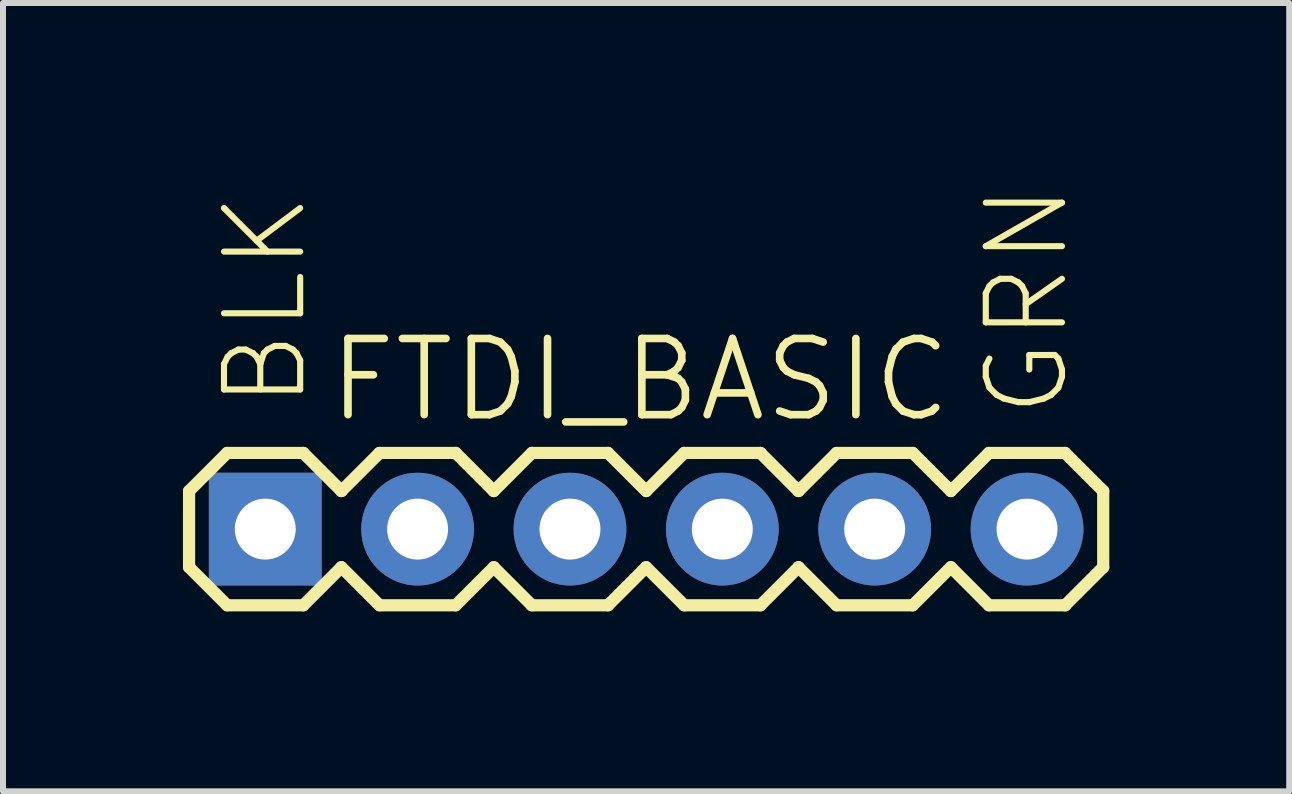
<source format=kicad_pcb>
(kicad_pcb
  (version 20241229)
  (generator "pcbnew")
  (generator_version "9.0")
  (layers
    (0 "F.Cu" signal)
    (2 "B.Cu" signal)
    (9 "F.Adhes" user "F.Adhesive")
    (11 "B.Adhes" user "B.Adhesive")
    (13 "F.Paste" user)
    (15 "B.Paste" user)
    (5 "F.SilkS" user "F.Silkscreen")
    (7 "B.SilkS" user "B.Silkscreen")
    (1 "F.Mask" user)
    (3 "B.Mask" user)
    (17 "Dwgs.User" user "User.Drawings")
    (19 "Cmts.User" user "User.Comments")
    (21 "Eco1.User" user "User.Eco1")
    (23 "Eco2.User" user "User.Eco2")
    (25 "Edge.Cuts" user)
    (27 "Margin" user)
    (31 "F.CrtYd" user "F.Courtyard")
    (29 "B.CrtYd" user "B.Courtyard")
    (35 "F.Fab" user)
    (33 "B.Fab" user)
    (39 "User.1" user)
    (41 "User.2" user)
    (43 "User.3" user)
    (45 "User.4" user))
  (footprint "FTDI_BASIC"
    (layer "F.Cu")
    (at 1.372 5.771)
    (property "Reference" "FTDI_BASIC" (at 6.248 -2.489 0) (layer "F.SilkS") (effects (font (size 1.27 1.27) (thickness 0.127))))
    (attr exclude_from_pos_files exclude_from_bom)
    (fp_line (start -1.27 -0.635) (end -1.27 0.635) (stroke (width 0.203) (type solid)) (layer "F.SilkS"))
    (fp_line (start -1.27 0.635) (end -0.635 1.27) (stroke (width 0.203) (type solid)) (layer "F.SilkS"))
    (fp_line (start -0.635 -1.27) (end -1.27 -0.635) (stroke (width 0.203) (type solid)) (layer "F.SilkS"))
    (fp_line (start -0.635 1.27) (end 0.635 1.27) (stroke (width 0.203) (type solid)) (layer "F.SilkS"))
    (fp_line (start -0.254 -0.254) (end 0.254 -0.254) (stroke (width 0.066) (type solid)) (layer "F.SilkS"))
    (fp_line (start -0.254 0.254) (end -0.254 -0.254) (stroke (width 0.066) (type solid)) (layer "F.SilkS"))
    (fp_line (start -0.254 0.254) (end 0.254 0.254) (stroke (width 0.066) (type solid)) (layer "F.SilkS"))
    (fp_line (start 0.254 0.254) (end 0.254 -0.254) (stroke (width 0.066) (type solid)) (layer "F.SilkS"))
    (fp_line (start 0.635 -1.27) (end -0.635 -1.27) (stroke (width 0.203) (type solid)) (layer "F.SilkS"))
    (fp_line (start 0.635 1.27) (end 1.27 0.635) (stroke (width 0.203) (type solid)) (layer "F.SilkS"))
    (fp_line (start 1.27 -0.635) (end 0.635 -1.27) (stroke (width 0.203) (type solid)) (layer "F.SilkS"))
    (fp_line (start 1.27 0.635) (end 1.905 1.27) (stroke (width 0.203) (type solid)) (layer "F.SilkS"))
    (fp_line (start 1.905 -1.27) (end 1.27 -0.635) (stroke (width 0.203) (type solid)) (layer "F.SilkS"))
    (fp_line (start 1.905 1.27) (end 3.175 1.27) (stroke (width 0.203) (type solid)) (layer "F.SilkS"))
    (fp_line (start 2.286 -0.254) (end 2.794 -0.254) (stroke (width 0.066) (type solid)) (layer "F.SilkS"))
    (fp_line (start 2.286 0.254) (end 2.286 -0.254) (stroke (width 0.066) (type solid)) (layer "F.SilkS"))
    (fp_line (start 2.286 0.254) (end 2.794 0.254) (stroke (width 0.066) (type solid)) (layer "F.SilkS"))
    (fp_line (start 2.794 0.254) (end 2.794 -0.254) (stroke (width 0.066) (type solid)) (layer "F.SilkS"))
    (fp_line (start 3.175 -1.27) (end 1.905 -1.27) (stroke (width 0.203) (type solid)) (layer "F.SilkS"))
    (fp_line (start 3.175 1.27) (end 3.81 0.635) (stroke (width 0.203) (type solid)) (layer "F.SilkS"))
    (fp_line (start 3.81 -0.635) (end 3.175 -1.27) (stroke (width 0.203) (type solid)) (layer "F.SilkS"))
    (fp_line (start 3.81 0.635) (end 4.445 1.27) (stroke (width 0.203) (type solid)) (layer "F.SilkS"))
    (fp_line (start 4.445 -1.27) (end 3.81 -0.635) (stroke (width 0.203) (type solid)) (layer "F.SilkS"))
    (fp_line (start 4.445 1.27) (end 5.715 1.27) (stroke (width 0.203) (type solid)) (layer "F.SilkS"))
    (fp_line (start 4.826 -0.254) (end 5.334 -0.254) (stroke (width 0.066) (type solid)) (layer "F.SilkS"))
    (fp_line (start 4.826 0.254) (end 4.826 -0.254) (stroke (width 0.066) (type solid)) (layer "F.SilkS"))
    (fp_line (start 4.826 0.254) (end 5.334 0.254) (stroke (width 0.066) (type solid)) (layer "F.SilkS"))
    (fp_line (start 5.334 0.254) (end 5.334 -0.254) (stroke (width 0.066) (type solid)) (layer "F.SilkS"))
    (fp_line (start 5.715 -1.27) (end 4.445 -1.27) (stroke (width 0.203) (type solid)) (layer "F.SilkS"))
    (fp_line (start 5.715 -1.27) (end 6.35 -0.635) (stroke (width 0.203) (type solid)) (layer "F.SilkS"))
    (fp_line (start 6.35 0.635) (end 5.715 1.27) (stroke (width 0.203) (type solid)) (layer "F.SilkS"))
    (fp_line (start 6.35 0.635) (end 6.985 1.27) (stroke (width 0.203) (type solid)) (layer "F.SilkS"))
    (fp_line (start 6.985 -1.27) (end 6.35 -0.635) (stroke (width 0.203) (type solid)) (layer "F.SilkS"))
    (fp_line (start 6.985 1.27) (end 8.255 1.27) (stroke (width 0.203) (type solid)) (layer "F.SilkS"))
    (fp_line (start 7.366 0.254) (end 7.366 -0.254) (stroke (width 0.066) (type solid)) (layer "F.SilkS"))
    (fp_line (start 8.255 -1.27) (end 6.985 -1.27) (stroke (width 0.203) (type solid)) (layer "F.SilkS"))
    (fp_line (start 8.255 1.27) (end 8.89 0.635) (stroke (width 0.203) (type solid)) (layer "F.SilkS"))
    (fp_line (start 8.89 -0.635) (end 8.255 -1.27) (stroke (width 0.203) (type solid)) (layer "F.SilkS"))
    (fp_line (start 8.89 0.635) (end 9.525 1.27) (stroke (width 0.203) (type solid)) (layer "F.SilkS"))
    (fp_line (start 9.525 -1.27) (end 8.89 -0.635) (stroke (width 0.203) (type solid)) (layer "F.SilkS"))
    (fp_line (start 9.525 1.27) (end 10.795 1.27) (stroke (width 0.203) (type solid)) (layer "F.SilkS"))
    (fp_line (start 9.906 -0.254) (end 10.414 -0.254) (stroke (width 0.066) (type solid)) (layer "F.SilkS"))
    (fp_line (start 9.906 0.254) (end 9.906 -0.254) (stroke (width 0.066) (type solid)) (layer "F.SilkS"))
    (fp_line (start 9.906 0.254) (end 10.414 0.254) (stroke (width 0.066) (type solid)) (layer "F.SilkS"))
    (fp_line (start 10.414 0.254) (end 10.414 -0.254) (stroke (width 0.066) (type solid)) (layer "F.SilkS"))
    (fp_line (start 10.795 -1.27) (end 9.525 -1.27) (stroke (width 0.203) (type solid)) (layer "F.SilkS"))
    (fp_line (start 10.795 1.27) (end 11.43 0.635) (stroke (width 0.203) (type solid)) (layer "F.SilkS"))
    (fp_line (start 11.43 -0.635) (end 10.795 -1.27) (stroke (width 0.203) (type solid)) (layer "F.SilkS"))
    (fp_line (start 11.43 0.635) (end 12.065 1.27) (stroke (width 0.203) (type solid)) (layer "F.SilkS"))
    (fp_line (start 12.065 -1.27) (end 11.43 -0.635) (stroke (width 0.203) (type solid)) (layer "F.SilkS"))
    (fp_line (start 12.065 1.27) (end 13.335 1.27) (stroke (width 0.203) (type solid)) (layer "F.SilkS"))
    (fp_line (start 12.446 -0.254) (end 12.954 -0.254) (stroke (width 0.066) (type solid)) (layer "F.SilkS"))
    (fp_line (start 12.446 0.254) (end 12.446 -0.254) (stroke (width 0.066) (type solid)) (layer "F.SilkS"))
    (fp_line (start 12.446 0.254) (end 12.954 0.254) (stroke (width 0.066) (type solid)) (layer "F.SilkS"))
    (fp_line (start 12.954 0.254) (end 12.954 -0.254) (stroke (width 0.066) (type solid)) (layer "F.SilkS"))
    (fp_line (start 13.335 -1.27) (end 12.065 -1.27) (stroke (width 0.203) (type solid)) (layer "F.SilkS"))
    (fp_line (start 13.335 -1.27) (end 13.97 -0.635) (stroke (width 0.203) (type solid)) (layer "F.SilkS"))
    (fp_line (start 13.97 -0.635) (end 13.97 0.635) (stroke (width 0.203) (type solid)) (layer "F.SilkS"))
    (fp_line (start 13.97 0.635) (end 13.335 1.27) (stroke (width 0.203) (type solid)) (layer "F.SilkS"))
    (fp_text user "BLK" (at 0 -3.81 270) (layer "F.SilkS") (effects (font (size 1.27 1.27) (thickness 0.102))))
    (fp_text user "GRN" (at 12.7 -3.81 270) (layer "F.SilkS") (effects (font (size 1.27 1.27) (thickness 0.102))))
    (pad "1" thru_hole rect (at 0 0) (size 1.88 1.88) (drill 1.016) (layers "*.Cu" "F.Mask" "F.Paste"))
    (pad "2" thru_hole circle (at 2.54 0) (size 1.88 1.88) (drill 1.016) (layers "*.Cu" "F.Mask" "F.Paste"))
    (pad "3" thru_hole circle (at 5.08 0) (size 1.88 1.88) (drill 1.016) (layers "*.Cu" "F.Mask" "F.Paste"))
    (pad "4" thru_hole circle (at 7.62 0) (size 1.88 1.88) (drill 1.016) (layers "*.Cu" "F.Mask" "F.Paste"))
    (pad "5" thru_hole circle (at 10.16 0) (size 1.88 1.88) (drill 1.016) (layers "*.Cu" "F.Mask" "F.Paste"))
    (pad "6" thru_hole circle (at 12.7 0) (size 1.88 1.88) (drill 1.016) (layers "*.Cu" "F.Mask" "F.Paste")))
  (gr_rect
    (start -3 -3)
    (end 18.443 10.142)
    (stroke (width 0.1) (type default))
    (fill no)
    (layer "Edge.Cuts")))
</source>
